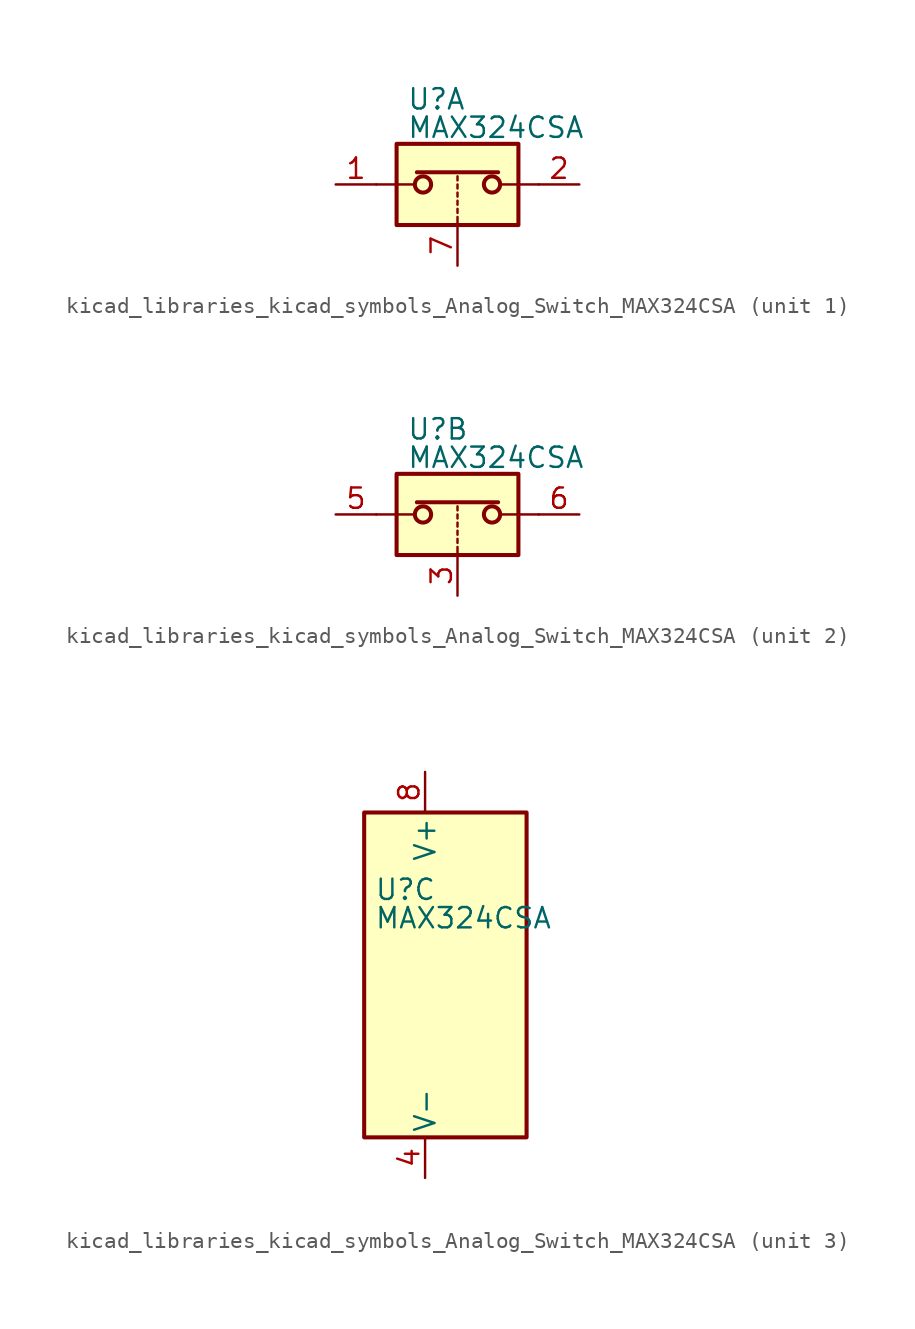
<source format=kicad_sym>
(kicad_symbol_lib
  (version 20220914)
  (generator kicad_symbol_editor)
  (symbol "kicad_libraries_kicad_symbols_Analog_Switch_MAX324CSA"
    (pin_names
      (offset 0.254))
    (property "Reference" "U"
      (at -3.175 5.334 0)
      (effects (font (size 1.27 1.27)) (justify left)))
    (property "Value" "MAX324CSA"
      (at -3.175 3.556 0)
      (effects (font (size 1.27 1.27)) (justify left)))
    (symbol "kicad_libraries_kicad_symbols_Analog_Switch_MAX324CSA_1_1"
      (rectangle (start -3.81 2.54) (end 3.81 -2.54) (stroke (width 0.254) (type default)) (fill (type background)))
      (circle (center -2.159 0) (radius 0.508) (stroke (width 0.254) (type default)) (fill (type none)))
      (polyline (pts (xy -5.08 0) (xy -2.794 0)) (stroke (width 0) (type default)) (fill (type none)))
      (polyline (pts (xy -2.54 0.762) (xy 2.54 0.762)) (stroke (width 0.254) (type default)) (fill (type none)))
      (polyline (pts (xy 0 -2.54) (xy 0 -2.032)) (stroke (width 0) (type default)) (fill (type none)))
      (polyline (pts (xy 0 -1.778) (xy 0 -1.524)) (stroke (width 0) (type default)) (fill (type none)))
      (polyline (pts (xy 0 -1.27) (xy 0 -1.016)) (stroke (width 0) (type default)) (fill (type none)))
      (polyline (pts (xy 0 -0.762) (xy 0 -0.508)) (stroke (width 0) (type default)) (fill (type none)))
      (polyline (pts (xy 0 -0.254) (xy 0 0)) (stroke (width 0) (type default)) (fill (type none)))
      (polyline (pts (xy 0 0.254) (xy 0 0.508)) (stroke (width 0) (type default)) (fill (type none)))
      (polyline (pts (xy 5.08 0) (xy 2.794 0)) (stroke (width 0) (type default)) (fill (type none)))
      (circle (center 2.159 0) (radius 0.508) (stroke (width 0.254) (type default)) (fill (type none)))
      (pin passive line (at -7.62 0 0) (length 2.54) (name "~" (effects (font (size 1.27 1.27)))) (number "1" (effects (font (size 1.27 1.27)))))
      (pin passive line (at 7.62 0 180) (length 2.54) (name "~" (effects (font (size 1.27 1.27)))) (number "2" (effects (font (size 1.27 1.27)))))
      (pin input line (at 0 -5.08 90) (length 2.54) (name "~" (effects (font (size 1.27 1.27)))) (number "7" (effects (font (size 1.27 1.27))))))
    (symbol "kicad_libraries_kicad_symbols_Analog_Switch_MAX324CSA_2_1"
      (rectangle (start -3.81 2.54) (end 3.81 -2.54) (stroke (width 0.254) (type default)) (fill (type background)))
      (circle (center -2.159 0) (radius 0.508) (stroke (width 0.254) (type default)) (fill (type none)))
      (polyline (pts (xy -5.08 0) (xy -2.794 0)) (stroke (width 0) (type default)) (fill (type none)))
      (polyline (pts (xy -2.54 0.762) (xy 2.54 0.762)) (stroke (width 0.254) (type default)) (fill (type none)))
      (polyline (pts (xy 0 -2.54) (xy 0 -2.032)) (stroke (width 0) (type default)) (fill (type none)))
      (polyline (pts (xy 0 -1.778) (xy 0 -1.524)) (stroke (width 0) (type default)) (fill (type none)))
      (polyline (pts (xy 0 -1.27) (xy 0 -1.016)) (stroke (width 0) (type default)) (fill (type none)))
      (polyline (pts (xy 0 -0.762) (xy 0 -0.508)) (stroke (width 0) (type default)) (fill (type none)))
      (polyline (pts (xy 0 -0.254) (xy 0 0)) (stroke (width 0) (type default)) (fill (type none)))
      (polyline (pts (xy 0 0.254) (xy 0 0.508)) (stroke (width 0) (type default)) (fill (type none)))
      (polyline (pts (xy 5.08 0) (xy 2.794 0)) (stroke (width 0) (type default)) (fill (type none)))
      (circle (center 2.159 0) (radius 0.508) (stroke (width 0.254) (type default)) (fill (type none)))
      (pin input line (at 0 -5.08 90) (length 2.54) (name "~" (effects (font (size 1.27 1.27)))) (number "3" (effects (font (size 1.27 1.27)))))
      (pin passive line (at -7.62 0 0) (length 2.54) (name "~" (effects (font (size 1.27 1.27)))) (number "5" (effects (font (size 1.27 1.27)))))
      (pin passive line (at 7.62 0 180) (length 2.54) (name "~" (effects (font (size 1.27 1.27)))) (number "6" (effects (font (size 1.27 1.27))))))
    (symbol "kicad_libraries_kicad_symbols_Analog_Switch_MAX324CSA_3_0"
      (pin power_in line (at 0 -12.7 90) (length 2.54) (name "V-" (effects (font (size 1.27 1.27)))) (number "4" (effects (font (size 1.27 1.27)))))
      (pin power_in line (at 0 12.7 270) (length 2.54) (name "V+" (effects (font (size 1.27 1.27)))) (number "8" (effects (font (size 1.27 1.27))))))
    (symbol "kicad_libraries_kicad_symbols_Analog_Switch_MAX324CSA_3_1"
      (rectangle (start -3.81 10.16) (end 6.35 -10.16) (stroke (width 0.254) (type default)) (fill (type background))))))
</source>
